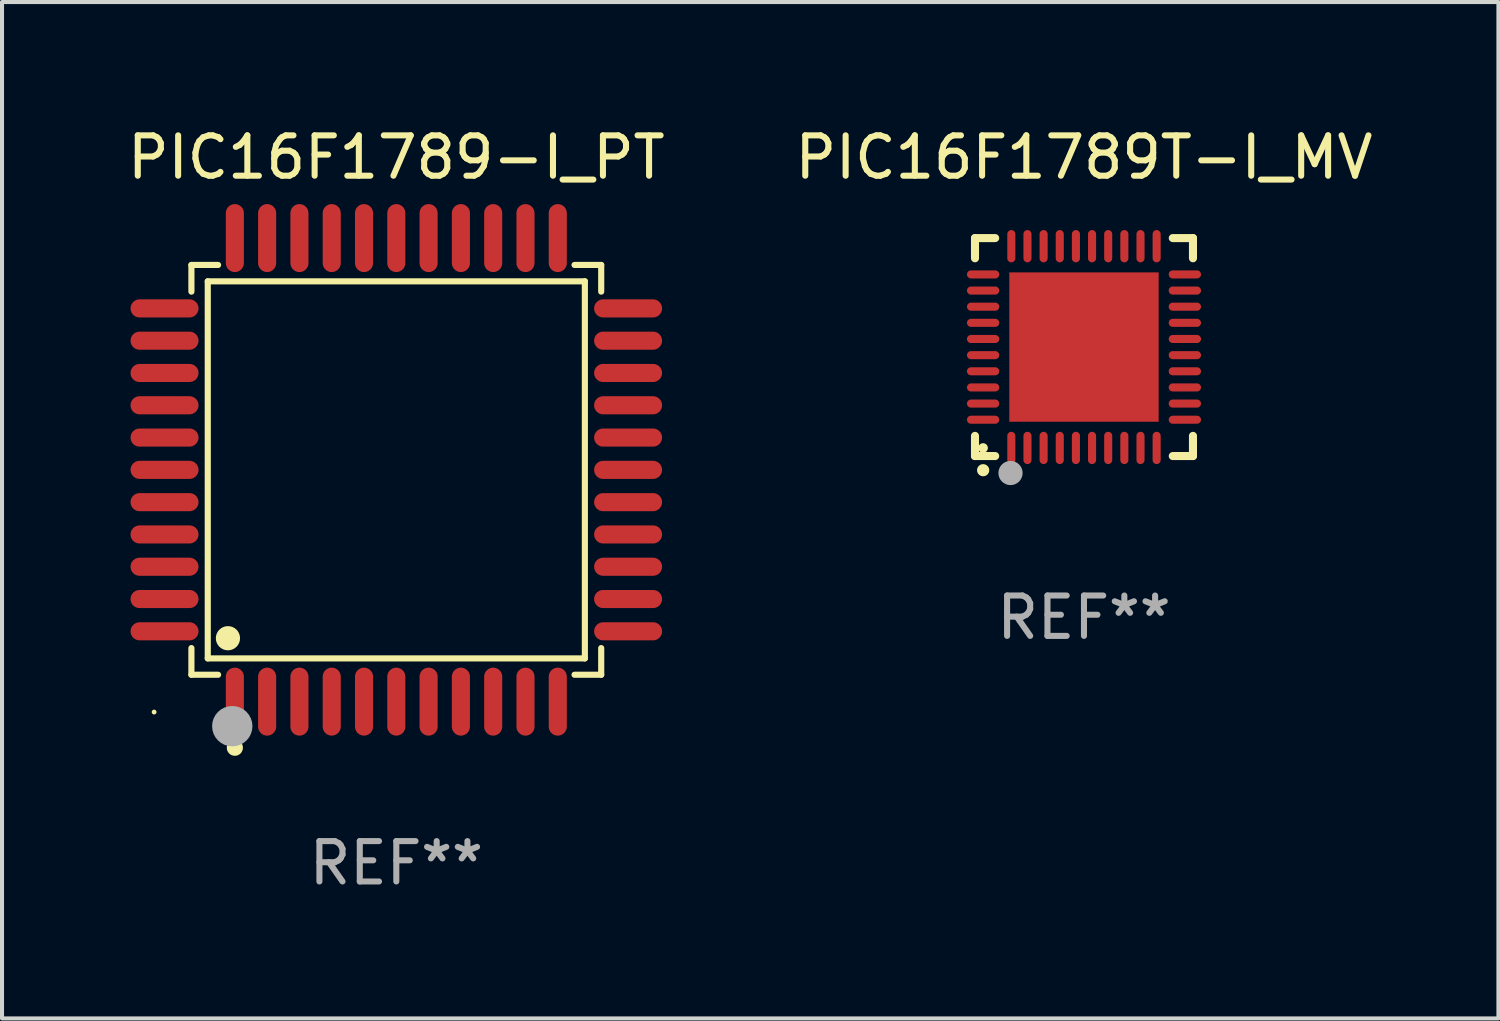
<source format=kicad_pcb>
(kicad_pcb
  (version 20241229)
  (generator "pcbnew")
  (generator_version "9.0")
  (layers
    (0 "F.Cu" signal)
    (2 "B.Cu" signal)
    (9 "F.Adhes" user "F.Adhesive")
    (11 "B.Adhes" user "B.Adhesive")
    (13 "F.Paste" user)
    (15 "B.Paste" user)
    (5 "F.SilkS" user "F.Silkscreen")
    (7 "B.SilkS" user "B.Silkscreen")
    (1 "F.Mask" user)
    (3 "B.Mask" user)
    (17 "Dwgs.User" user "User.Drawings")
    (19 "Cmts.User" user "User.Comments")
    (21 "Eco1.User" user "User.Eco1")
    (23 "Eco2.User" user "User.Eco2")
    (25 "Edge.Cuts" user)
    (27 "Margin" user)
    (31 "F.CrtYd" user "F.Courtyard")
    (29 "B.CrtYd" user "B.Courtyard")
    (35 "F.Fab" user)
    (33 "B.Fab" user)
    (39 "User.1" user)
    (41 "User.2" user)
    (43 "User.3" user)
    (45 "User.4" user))
  (footprint "PIC16F1789T-I_MV"
    (layer "F.Cu")
    (at 23.804 5.548)
    (property "Reference" "PIC16F1789T-I_MV" (at 0 -4.7 0) (layer "F.SilkS") (effects (font (size 1 1) (thickness 0.15))))
    (attr through_hole)
    (fp_line (start -2.7 -2.7) (end -2.7 -2.2) (stroke (width 0.2) (type solid)) (layer "F.SilkS"))
    (fp_line (start -2.7 2.7) (end -2.7 2.2) (stroke (width 0.2) (type solid)) (layer "F.SilkS"))
    (fp_line (start -2.2 -2.7) (end -2.7 -2.7) (stroke (width 0.2) (type solid)) (layer "F.SilkS"))
    (fp_line (start -2.2 2.7) (end -2.7 2.7) (stroke (width 0.2) (type solid)) (layer "F.SilkS"))
    (fp_line (start 2.7 -2.7) (end 2.2 -2.7) (stroke (width 0.2) (type solid)) (layer "F.SilkS"))
    (fp_line (start 2.7 -2.2) (end 2.7 -2.7) (stroke (width 0.2) (type solid)) (layer "F.SilkS"))
    (fp_line (start 2.7 2.2) (end 2.7 2.7) (stroke (width 0.2) (type solid)) (layer "F.SilkS"))
    (fp_line (start 2.7 2.7) (end 2.2 2.7) (stroke (width 0.2) (type solid)) (layer "F.SilkS"))
    (fp_arc (start -2.499365 3.050546) (mid -2.498095 3.050541) (end -2.496825 3.050546) (stroke (width 0.3) (type solid)) (layer "F.SilkS"))
    (fp_circle (center -2.5 2.5) (end -2.44 2.5) (stroke (width 0.12) (type solid)) (fill no) (layer "F.SilkS"))
    (fp_circle (center -1.82 3.12) (end -1.67 3.12) (stroke (width 0.3) (type solid)) (fill no) (layer "F.Fab"))
    (fp_text user "REF**" (at 0 6.7 0) (layer "F.Fab") (effects (font (size 1 1) (thickness 0.15))))
    (pad "1" smd oval (at -1.8 2.499) (size 0.2 0.8) (layers "F.Cu" "F.Mask" "F.Paste"))
    (pad "2" smd oval (at -1.4 2.499) (size 0.2 0.8) (layers "F.Cu" "F.Mask" "F.Paste"))
    (pad "3" smd oval (at -1 2.499) (size 0.2 0.8) (layers "F.Cu" "F.Mask" "F.Paste"))
    (pad "4" smd oval (at -0.6 2.499) (size 0.2 0.8) (layers "F.Cu" "F.Mask" "F.Paste"))
    (pad "5" smd oval (at -0.2 2.499) (size 0.2 0.8) (layers "F.Cu" "F.Mask" "F.Paste"))
    (pad "6" smd oval (at 0.2 2.499) (size 0.2 0.8) (layers "F.Cu" "F.Mask" "F.Paste"))
    (pad "7" smd oval (at 0.6 2.499) (size 0.2 0.8) (layers "F.Cu" "F.Mask" "F.Paste"))
    (pad "8" smd oval (at 1 2.499) (size 0.2 0.8) (layers "F.Cu" "F.Mask" "F.Paste"))
    (pad "9" smd oval (at 1.4 2.499) (size 0.2 0.8) (layers "F.Cu" "F.Mask" "F.Paste"))
    (pad "10" smd oval (at 1.8 2.499) (size 0.2 0.8) (layers "F.Cu" "F.Mask" "F.Paste"))
    (pad "11" smd oval (at 2.499 1.8) (size 0.8 0.2) (layers "F.Cu" "F.Mask" "F.Paste"))
    (pad "12" smd oval (at 2.499 1.4) (size 0.8 0.2) (layers "F.Cu" "F.Mask" "F.Paste"))
    (pad "13" smd oval (at 2.499 1) (size 0.8 0.2) (layers "F.Cu" "F.Mask" "F.Paste"))
    (pad "14" smd oval (at 2.499 0.6) (size 0.8 0.2) (layers "F.Cu" "F.Mask" "F.Paste"))
    (pad "15" smd oval (at 2.499 0.2) (size 0.8 0.2) (layers "F.Cu" "F.Mask" "F.Paste"))
    (pad "16" smd oval (at 2.499 -0.2) (size 0.8 0.2) (layers "F.Cu" "F.Mask" "F.Paste"))
    (pad "17" smd oval (at 2.499 -0.6) (size 0.8 0.2) (layers "F.Cu" "F.Mask" "F.Paste"))
    (pad "18" smd oval (at 2.499 -1) (size 0.8 0.2) (layers "F.Cu" "F.Mask" "F.Paste"))
    (pad "19" smd oval (at 2.499 -1.4) (size 0.8 0.2) (layers "F.Cu" "F.Mask" "F.Paste"))
    (pad "20" smd oval (at 2.499 -1.8) (size 0.8 0.2) (layers "F.Cu" "F.Mask" "F.Paste"))
    (pad "21" smd oval (at 1.8 -2.499) (size 0.2 0.8) (layers "F.Cu" "F.Mask" "F.Paste"))
    (pad "22" smd oval (at 1.4 -2.499) (size 0.2 0.8) (layers "F.Cu" "F.Mask" "F.Paste"))
    (pad "23" smd oval (at 1 -2.499) (size 0.2 0.8) (layers "F.Cu" "F.Mask" "F.Paste"))
    (pad "24" smd oval (at 0.6 -2.499) (size 0.2 0.8) (layers "F.Cu" "F.Mask" "F.Paste"))
    (pad "25" smd oval (at 0.2 -2.499) (size 0.2 0.8) (layers "F.Cu" "F.Mask" "F.Paste"))
    (pad "26" smd oval (at -0.2 -2.499) (size 0.2 0.8) (layers "F.Cu" "F.Mask" "F.Paste"))
    (pad "27" smd oval (at -0.6 -2.499) (size 0.2 0.8) (layers "F.Cu" "F.Mask" "F.Paste"))
    (pad "28" smd oval (at -1 -2.499) (size 0.2 0.8) (layers "F.Cu" "F.Mask" "F.Paste"))
    (pad "29" smd oval (at -1.4 -2.499) (size 0.2 0.8) (layers "F.Cu" "F.Mask" "F.Paste"))
    (pad "30" smd oval (at -1.8 -2.499) (size 0.2 0.8) (layers "F.Cu" "F.Mask" "F.Paste"))
    (pad "31" smd oval (at -2.499 -1.8) (size 0.8 0.2) (layers "F.Cu" "F.Mask" "F.Paste"))
    (pad "32" smd oval (at -2.499 -1.4) (size 0.8 0.2) (layers "F.Cu" "F.Mask" "F.Paste"))
    (pad "33" smd oval (at -2.499 -1) (size 0.8 0.2) (layers "F.Cu" "F.Mask" "F.Paste"))
    (pad "34" smd oval (at -2.499 -0.6) (size 0.8 0.2) (layers "F.Cu" "F.Mask" "F.Paste"))
    (pad "35" smd oval (at -2.499 -0.2) (size 0.8 0.2) (layers "F.Cu" "F.Mask" "F.Paste"))
    (pad "36" smd oval (at -2.499 0.2) (size 0.8 0.2) (layers "F.Cu" "F.Mask" "F.Paste"))
    (pad "37" smd oval (at -2.499 0.6) (size 0.8 0.2) (layers "F.Cu" "F.Mask" "F.Paste"))
    (pad "38" smd oval (at -2.499 1) (size 0.8 0.2) (layers "F.Cu" "F.Mask" "F.Paste"))
    (pad "39" smd oval (at -2.499 1.4) (size 0.8 0.2) (layers "F.Cu" "F.Mask" "F.Paste"))
    (pad "40" smd oval (at -2.499 1.8) (size 0.8 0.2) (layers "F.Cu" "F.Mask" "F.Paste"))
    (pad "41" smd rect (at 0 0) (size 3.7 3.7) (layers "F.Cu" "F.Mask" "F.Paste")))
  (footprint "PIC16F1789-I_PT"
    (layer "F.Cu")
    (at 6.768 8.59)
    (property "Reference" "PIC16F1789-I_PT" (at 0 -7.742 0) (layer "F.SilkS") (effects (font (size 1 1) (thickness 0.15))))
    (attr through_hole)
    (fp_line (start -5.076 -5.076) (end -4.415 -5.076) (stroke (width 0.152) (type solid)) (layer "F.SilkS"))
    (fp_line (start -5.076 -4.415) (end -5.076 -5.076) (stroke (width 0.152) (type solid)) (layer "F.SilkS"))
    (fp_line (start -5.076 4.415) (end -5.076 5.076) (stroke (width 0.152) (type solid)) (layer "F.SilkS"))
    (fp_line (start -5.076 5.076) (end -4.415 5.076) (stroke (width 0.152) (type solid)) (layer "F.SilkS"))
    (fp_line (start -4.671 -4.671) (end 4.671 -4.671) (stroke (width 0.152) (type solid)) (layer "F.SilkS"))
    (fp_line (start -4.671 4.671) (end -4.671 -4.671) (stroke (width 0.152) (type solid)) (layer "F.SilkS"))
    (fp_line (start 4.671 -4.671) (end 4.671 4.671) (stroke (width 0.152) (type solid)) (layer "F.SilkS"))
    (fp_line (start 4.671 4.671) (end -4.671 4.671) (stroke (width 0.152) (type solid)) (layer "F.SilkS"))
    (fp_line (start 5.076 -5.076) (end 4.415 -5.076) (stroke (width 0.152) (type solid)) (layer "F.SilkS"))
    (fp_line (start 5.076 -4.415) (end 5.076 -5.076) (stroke (width 0.152) (type solid)) (layer "F.SilkS"))
    (fp_line (start 5.076 4.415) (end 5.076 5.076) (stroke (width 0.152) (type solid)) (layer "F.SilkS"))
    (fp_line (start 5.076 5.076) (end 4.415 5.076) (stroke (width 0.152) (type solid)) (layer "F.SilkS"))
    (fp_circle (center -6 6) (end -5.97 6) (stroke (width 0.06) (type solid)) (fill no) (layer "F.SilkS"))
    (fp_circle (center -4.171 4.171) (end -4.021 4.171) (stroke (width 0.3) (type solid)) (fill no) (layer "F.SilkS"))
    (fp_circle (center -4 6.884) (end -3.9 6.884) (stroke (width 0.2) (type solid)) (fill no) (layer "F.SilkS"))
    (fp_circle (center -4.064 6.35) (end -3.814 6.35) (stroke (width 0.5) (type solid)) (fill no) (layer "F.Fab"))
    (fp_text user "REF**" (at 0 9.742 0) (layer "F.Fab") (effects (font (size 1 1) (thickness 0.15))))
    (pad "1" smd oval (at -4 5.742) (size 0.448 1.684) (layers "F.Cu" "F.Mask" "F.Paste"))
    (pad "2" smd oval (at -3.2 5.742) (size 0.448 1.684) (layers "F.Cu" "F.Mask" "F.Paste"))
    (pad "3" smd oval (at -2.4 5.742) (size 0.448 1.684) (layers "F.Cu" "F.Mask" "F.Paste"))
    (pad "4" smd oval (at -1.6 5.742) (size 0.448 1.684) (layers "F.Cu" "F.Mask" "F.Paste"))
    (pad "5" smd oval (at -0.8 5.742) (size 0.448 1.684) (layers "F.Cu" "F.Mask" "F.Paste"))
    (pad "6" smd oval (at 0 5.742) (size 0.448 1.684) (layers "F.Cu" "F.Mask" "F.Paste"))
    (pad "7" smd oval (at 0.8 5.742) (size 0.448 1.684) (layers "F.Cu" "F.Mask" "F.Paste"))
    (pad "8" smd oval (at 1.6 5.742) (size 0.448 1.684) (layers "F.Cu" "F.Mask" "F.Paste"))
    (pad "9" smd oval (at 2.4 5.742) (size 0.448 1.684) (layers "F.Cu" "F.Mask" "F.Paste"))
    (pad "10" smd oval (at 3.2 5.742) (size 0.448 1.684) (layers "F.Cu" "F.Mask" "F.Paste"))
    (pad "11" smd oval (at 4 5.742) (size 0.448 1.684) (layers "F.Cu" "F.Mask" "F.Paste"))
    (pad "12" smd oval (at 5.742 4) (size 1.684 0.448) (layers "F.Cu" "F.Mask" "F.Paste"))
    (pad "13" smd oval (at 5.742 3.2) (size 1.684 0.448) (layers "F.Cu" "F.Mask" "F.Paste"))
    (pad "14" smd oval (at 5.742 2.4) (size 1.684 0.448) (layers "F.Cu" "F.Mask" "F.Paste"))
    (pad "15" smd oval (at 5.742 1.6) (size 1.684 0.448) (layers "F.Cu" "F.Mask" "F.Paste"))
    (pad "16" smd oval (at 5.742 0.8) (size 1.684 0.448) (layers "F.Cu" "F.Mask" "F.Paste"))
    (pad "17" smd oval (at 5.742 0) (size 1.684 0.448) (layers "F.Cu" "F.Mask" "F.Paste"))
    (pad "18" smd oval (at 5.742 -0.8) (size 1.684 0.448) (layers "F.Cu" "F.Mask" "F.Paste"))
    (pad "19" smd oval (at 5.742 -1.6) (size 1.684 0.448) (layers "F.Cu" "F.Mask" "F.Paste"))
    (pad "20" smd oval (at 5.742 -2.4) (size 1.684 0.448) (layers "F.Cu" "F.Mask" "F.Paste"))
    (pad "21" smd oval (at 5.742 -3.2) (size 1.684 0.448) (layers "F.Cu" "F.Mask" "F.Paste"))
    (pad "22" smd oval (at 5.742 -4) (size 1.684 0.448) (layers "F.Cu" "F.Mask" "F.Paste"))
    (pad "23" smd oval (at 4 -5.742) (size 0.448 1.684) (layers "F.Cu" "F.Mask" "F.Paste"))
    (pad "24" smd oval (at 3.2 -5.742) (size 0.448 1.684) (layers "F.Cu" "F.Mask" "F.Paste"))
    (pad "25" smd oval (at 2.4 -5.742) (size 0.448 1.684) (layers "F.Cu" "F.Mask" "F.Paste"))
    (pad "26" smd oval (at 1.6 -5.742) (size 0.448 1.684) (layers "F.Cu" "F.Mask" "F.Paste"))
    (pad "27" smd oval (at 0.8 -5.742) (size 0.448 1.684) (layers "F.Cu" "F.Mask" "F.Paste"))
    (pad "28" smd oval (at 0 -5.742) (size 0.448 1.684) (layers "F.Cu" "F.Mask" "F.Paste"))
    (pad "29" smd oval (at -0.8 -5.742) (size 0.448 1.684) (layers "F.Cu" "F.Mask" "F.Paste"))
    (pad "30" smd oval (at -1.6 -5.742) (size 0.448 1.684) (layers "F.Cu" "F.Mask" "F.Paste"))
    (pad "31" smd oval (at -2.4 -5.742) (size 0.448 1.684) (layers "F.Cu" "F.Mask" "F.Paste"))
    (pad "32" smd oval (at -3.2 -5.742) (size 0.448 1.684) (layers "F.Cu" "F.Mask" "F.Paste"))
    (pad "33" smd oval (at -4 -5.742) (size 0.448 1.684) (layers "F.Cu" "F.Mask" "F.Paste"))
    (pad "34" smd oval (at -5.742 -4) (size 1.684 0.448) (layers "F.Cu" "F.Mask" "F.Paste"))
    (pad "35" smd oval (at -5.742 -3.2) (size 1.684 0.448) (layers "F.Cu" "F.Mask" "F.Paste"))
    (pad "36" smd oval (at -5.742 -2.4) (size 1.684 0.448) (layers "F.Cu" "F.Mask" "F.Paste"))
    (pad "37" smd oval (at -5.742 -1.6) (size 1.684 0.448) (layers "F.Cu" "F.Mask" "F.Paste"))
    (pad "38" smd oval (at -5.742 -0.8) (size 1.684 0.448) (layers "F.Cu" "F.Mask" "F.Paste"))
    (pad "39" smd oval (at -5.742 0) (size 1.684 0.448) (layers "F.Cu" "F.Mask" "F.Paste"))
    (pad "40" smd oval (at -5.742 0.8) (size 1.684 0.448) (layers "F.Cu" "F.Mask" "F.Paste"))
    (pad "41" smd oval (at -5.742 1.6) (size 1.684 0.448) (layers "F.Cu" "F.Mask" "F.Paste"))
    (pad "42" smd oval (at -5.742 2.4) (size 1.684 0.448) (layers "F.Cu" "F.Mask" "F.Paste"))
    (pad "43" smd oval (at -5.742 3.2) (size 1.684 0.448) (layers "F.Cu" "F.Mask" "F.Paste"))
    (pad "44" smd oval (at -5.742 4) (size 1.684 0.448) (layers "F.Cu" "F.Mask" "F.Paste")))
  (gr_rect
    (start -3 -3)
    (end 34.071 22.18)
    (stroke (width 0.1) (type default))
    (fill no)
    (layer "Edge.Cuts")))
</source>
